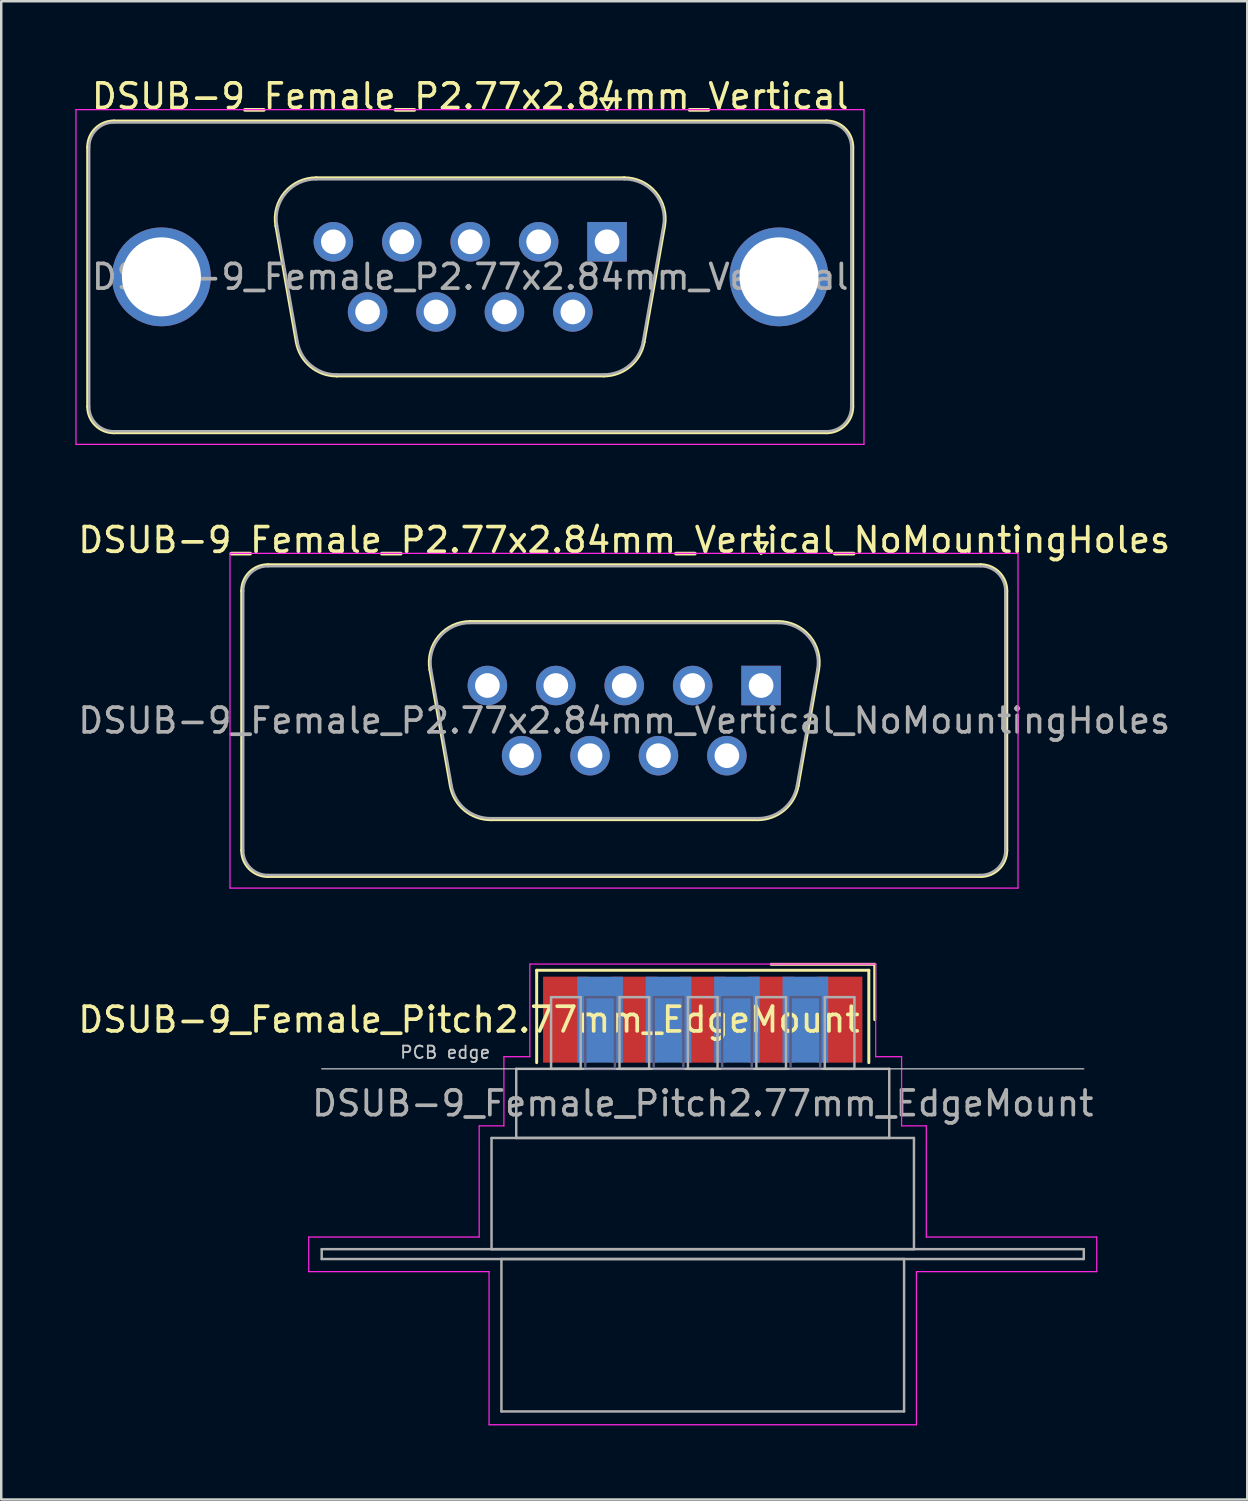
<source format=kicad_pcb>
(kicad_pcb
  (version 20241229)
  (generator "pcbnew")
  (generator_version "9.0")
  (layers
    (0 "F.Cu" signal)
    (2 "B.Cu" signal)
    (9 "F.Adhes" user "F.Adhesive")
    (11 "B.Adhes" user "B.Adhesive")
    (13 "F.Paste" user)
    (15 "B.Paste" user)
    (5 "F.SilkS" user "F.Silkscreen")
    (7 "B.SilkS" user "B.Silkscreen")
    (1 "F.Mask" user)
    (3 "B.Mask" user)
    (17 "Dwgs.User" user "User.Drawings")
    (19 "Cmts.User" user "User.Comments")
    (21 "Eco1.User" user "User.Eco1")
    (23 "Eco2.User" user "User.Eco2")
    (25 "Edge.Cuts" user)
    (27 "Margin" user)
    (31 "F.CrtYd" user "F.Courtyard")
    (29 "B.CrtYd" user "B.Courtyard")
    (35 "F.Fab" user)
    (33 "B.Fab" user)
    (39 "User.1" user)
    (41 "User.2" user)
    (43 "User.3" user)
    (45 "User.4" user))
  (footprint "DSUB-9_Female_P2.77x2.84mm_Vertical_NoMountingHoles"
    (layer "F.Cu")
    (at 27.76 24.701)
    (property "Reference" "DSUB-9_Female_P2.77x2.84mm_Vertical_NoMountingHoles" (at -5.54 -5.89 0) (layer "F.SilkS") (effects (font (size 1 1) (thickness 0.15))))
    (attr through_hole)
    (fp_line (start -21.025 6.67) (end -21.025 -3.83) (stroke (width 0.12) (type solid)) (layer "F.SilkS"))
    (fp_line (start -19.965 -4.89) (end 8.885 -4.89) (stroke (width 0.12) (type solid)) (layer "F.SilkS"))
    (fp_line (start -13.406 -0.642) (end -12.578 4.058) (stroke (width 0.12) (type solid)) (layer "F.SilkS"))
    (fp_line (start -11.772 -2.59) (end 0.692 -2.59) (stroke (width 0.12) (type solid)) (layer "F.SilkS"))
    (fp_line (start -10.943 5.43) (end -0.137 5.43) (stroke (width 0.12) (type solid)) (layer "F.SilkS"))
    (fp_line (start -0.25 -5.784) (end 0.25 -5.784) (stroke (width 0.12) (type solid)) (layer "F.SilkS"))
    (fp_line (start 0 -5.351) (end -0.25 -5.784) (stroke (width 0.12) (type solid)) (layer "F.SilkS"))
    (fp_line (start 0.25 -5.784) (end 0 -5.351) (stroke (width 0.12) (type solid)) (layer "F.SilkS"))
    (fp_line (start 2.326 -0.642) (end 1.498 4.058) (stroke (width 0.12) (type solid)) (layer "F.SilkS"))
    (fp_line (start 8.885 7.73) (end -19.965 7.73) (stroke (width 0.12) (type solid)) (layer "F.SilkS"))
    (fp_line (start 9.945 -3.83) (end 9.945 6.67) (stroke (width 0.12) (type solid)) (layer "F.SilkS"))
    (fp_arc (start -21.025 -3.83) (mid -20.714533 -4.579533) (end -19.965 -4.89) (stroke (width 0.12) (type solid)) (layer "F.SilkS"))
    (fp_arc (start -19.965 7.73) (mid -20.714533 7.419533) (end -21.025 6.67) (stroke (width 0.12) (type solid)) (layer "F.SilkS"))
    (fp_arc (start -13.40647 -0.641744) (mid -13.043323 -1.997028) (end -11.771689 -2.59) (stroke (width 0.12) (type solid)) (layer "F.SilkS"))
    (fp_arc (start -10.942952 5.43) (mid -12.009979 5.041634) (end -12.577733 4.058256) (stroke (width 0.12) (type solid)) (layer "F.SilkS"))
    (fp_arc (start 0.691689 -2.59) (mid 1.963323 -1.997027) (end 2.32647 -0.641744) (stroke (width 0.12) (type solid)) (layer "F.SilkS"))
    (fp_arc (start 1.497733 4.058256) (mid 0.92998 5.041634) (end -0.137048 5.43) (stroke (width 0.12) (type solid)) (layer "F.SilkS"))
    (fp_arc (start 8.885 -4.89) (mid 9.634533 -4.579533) (end 9.945 -3.83) (stroke (width 0.12) (type solid)) (layer "F.SilkS"))
    (fp_arc (start 9.945 6.67) (mid 9.634533 7.419533) (end 8.885 7.73) (stroke (width 0.12) (type solid)) (layer "F.SilkS"))
    (fp_line (start -21.5 -5.35) (end -21.5 8.2) (stroke (width 0.05) (type solid)) (layer "F.CrtYd"))
    (fp_line (start -21.5 8.2) (end 10.4 8.2) (stroke (width 0.05) (type solid)) (layer "F.CrtYd"))
    (fp_line (start 10.4 -5.35) (end -21.5 -5.35) (stroke (width 0.05) (type solid)) (layer "F.CrtYd"))
    (fp_line (start 10.4 8.2) (end 10.4 -5.35) (stroke (width 0.05) (type solid)) (layer "F.CrtYd"))
    (fp_line (start -20.965 6.67) (end -20.965 -3.83) (stroke (width 0.1) (type solid)) (layer "F.Fab"))
    (fp_line (start -19.965 -4.83) (end 8.885 -4.83) (stroke (width 0.1) (type solid)) (layer "F.Fab"))
    (fp_line (start -13.359 -0.652) (end -12.53 4.048) (stroke (width 0.1) (type solid)) (layer "F.Fab"))
    (fp_line (start -11.783 -2.53) (end 0.703 -2.53) (stroke (width 0.1) (type solid)) (layer "F.Fab"))
    (fp_line (start -10.954 5.37) (end -0.126 5.37) (stroke (width 0.1) (type solid)) (layer "F.Fab"))
    (fp_line (start 2.279 -0.652) (end 1.45 4.048) (stroke (width 0.1) (type solid)) (layer "F.Fab"))
    (fp_line (start 8.885 7.67) (end -19.965 7.67) (stroke (width 0.1) (type solid)) (layer "F.Fab"))
    (fp_line (start 9.885 -3.83) (end 9.885 6.67) (stroke (width 0.1) (type solid)) (layer "F.Fab"))
    (fp_arc (start -20.965 -3.83) (mid -20.672107 -4.537107) (end -19.965 -4.83) (stroke (width 0.1) (type solid)) (layer "F.Fab"))
    (fp_arc (start -19.965 7.67) (mid -20.672107 7.377107) (end -20.965 6.67) (stroke (width 0.1) (type solid)) (layer "F.Fab"))
    (fp_arc (start -13.358886 -0.652163) (mid -13.008865 -1.95846) (end -11.783194 -2.53) (stroke (width 0.1) (type solid)) (layer "F.Fab"))
    (fp_arc (start -10.954457 5.37) (mid -11.982917 4.995671) (end -12.530149 4.047837) (stroke (width 0.1) (type solid)) (layer "F.Fab"))
    (fp_arc (start 0.703194 -2.53) (mid 1.928865 -1.95846) (end 2.278886 -0.652163) (stroke (width 0.1) (type solid)) (layer "F.Fab"))
    (fp_arc (start 1.450149 4.047837) (mid 0.902917 4.995671) (end -0.125543 5.37) (stroke (width 0.1) (type solid)) (layer "F.Fab"))
    (fp_arc (start 8.885 -4.83) (mid 9.592107 -4.537107) (end 9.885 -3.83) (stroke (width 0.1) (type solid)) (layer "F.Fab"))
    (fp_arc (start 9.885 6.67) (mid 9.592107 7.377107) (end 8.885 7.67) (stroke (width 0.1) (type solid)) (layer "F.Fab"))
    (fp_text user "${REFERENCE}" (at -5.54 1.42 0) (layer "F.Fab") (effects (font (size 1 1) (thickness 0.15))))
    (pad "1" thru_hole rect (at 0 0) (size 1.6 1.6) (drill 1) (layers "*.Cu" "*.Mask"))
    (pad "2" thru_hole circle (at -2.77 0) (size 1.6 1.6) (drill 1) (layers "*.Cu" "*.Mask"))
    (pad "3" thru_hole circle (at -5.54 0) (size 1.6 1.6) (drill 1) (layers "*.Cu" "*.Mask"))
    (pad "4" thru_hole circle (at -8.31 0) (size 1.6 1.6) (drill 1) (layers "*.Cu" "*.Mask"))
    (pad "5" thru_hole circle (at -11.08 0) (size 1.6 1.6) (drill 1) (layers "*.Cu" "*.Mask"))
    (pad "6" thru_hole circle (at -1.385 2.84) (size 1.6 1.6) (drill 1) (layers "*.Cu" "*.Mask"))
    (pad "7" thru_hole circle (at -4.155 2.84) (size 1.6 1.6) (drill 1) (layers "*.Cu" "*.Mask"))
    (pad "8" thru_hole circle (at -6.925 2.84) (size 1.6 1.6) (drill 1) (layers "*.Cu" "*.Mask"))
    (pad "9" thru_hole circle (at -9.695 2.84) (size 1.6 1.6) (drill 1) (layers "*.Cu" "*.Mask")))
  (footprint "DSUB-9_Female_P2.77x2.84mm_Vertical"
    (layer "F.Cu")
    (at 21.525 6.738)
    (property "Reference" "DSUB-9_Female_P2.77x2.84mm_Vertical" (at -5.54 -5.89 0) (layer "F.SilkS") (effects (font (size 1 1) (thickness 0.15))))
    (attr through_hole)
    (fp_line (start -21.025 6.67) (end -21.025 -3.83) (stroke (width 0.12) (type solid)) (layer "F.SilkS"))
    (fp_line (start -19.965 -4.89) (end 8.885 -4.89) (stroke (width 0.12) (type solid)) (layer "F.SilkS"))
    (fp_line (start -13.406 -0.642) (end -12.578 4.058) (stroke (width 0.12) (type solid)) (layer "F.SilkS"))
    (fp_line (start -11.772 -2.59) (end 0.692 -2.59) (stroke (width 0.12) (type solid)) (layer "F.SilkS"))
    (fp_line (start -10.943 5.43) (end -0.137 5.43) (stroke (width 0.12) (type solid)) (layer "F.SilkS"))
    (fp_line (start -0.25 -5.784) (end 0.25 -5.784) (stroke (width 0.12) (type solid)) (layer "F.SilkS"))
    (fp_line (start 0 -5.351) (end -0.25 -5.784) (stroke (width 0.12) (type solid)) (layer "F.SilkS"))
    (fp_line (start 0.25 -5.784) (end 0 -5.351) (stroke (width 0.12) (type solid)) (layer "F.SilkS"))
    (fp_line (start 2.326 -0.642) (end 1.498 4.058) (stroke (width 0.12) (type solid)) (layer "F.SilkS"))
    (fp_line (start 8.885 7.73) (end -19.965 7.73) (stroke (width 0.12) (type solid)) (layer "F.SilkS"))
    (fp_line (start 9.945 -3.83) (end 9.945 6.67) (stroke (width 0.12) (type solid)) (layer "F.SilkS"))
    (fp_arc (start -21.025 -3.83) (mid -20.714533 -4.579533) (end -19.965 -4.89) (stroke (width 0.12) (type solid)) (layer "F.SilkS"))
    (fp_arc (start -19.965 7.73) (mid -20.714533 7.419533) (end -21.025 6.67) (stroke (width 0.12) (type solid)) (layer "F.SilkS"))
    (fp_arc (start -13.40647 -0.641744) (mid -13.043323 -1.997028) (end -11.771689 -2.59) (stroke (width 0.12) (type solid)) (layer "F.SilkS"))
    (fp_arc (start -10.942952 5.43) (mid -12.009979 5.041634) (end -12.577733 4.058256) (stroke (width 0.12) (type solid)) (layer "F.SilkS"))
    (fp_arc (start 0.691689 -2.59) (mid 1.963323 -1.997027) (end 2.32647 -0.641744) (stroke (width 0.12) (type solid)) (layer "F.SilkS"))
    (fp_arc (start 1.497733 4.058256) (mid 0.92998 5.041634) (end -0.137048 5.43) (stroke (width 0.12) (type solid)) (layer "F.SilkS"))
    (fp_arc (start 8.885 -4.89) (mid 9.634533 -4.579533) (end 9.945 -3.83) (stroke (width 0.12) (type solid)) (layer "F.SilkS"))
    (fp_arc (start 9.945 6.67) (mid 9.634533 7.419533) (end 8.885 7.73) (stroke (width 0.12) (type solid)) (layer "F.SilkS"))
    (fp_line (start -21.5 -5.35) (end -21.5 8.2) (stroke (width 0.05) (type solid)) (layer "F.CrtYd"))
    (fp_line (start -21.5 8.2) (end 10.4 8.2) (stroke (width 0.05) (type solid)) (layer "F.CrtYd"))
    (fp_line (start 10.4 -5.35) (end -21.5 -5.35) (stroke (width 0.05) (type solid)) (layer "F.CrtYd"))
    (fp_line (start 10.4 8.2) (end 10.4 -5.35) (stroke (width 0.05) (type solid)) (layer "F.CrtYd"))
    (fp_line (start -20.965 6.67) (end -20.965 -3.83) (stroke (width 0.1) (type solid)) (layer "F.Fab"))
    (fp_line (start -19.965 -4.83) (end 8.885 -4.83) (stroke (width 0.1) (type solid)) (layer "F.Fab"))
    (fp_line (start -13.359 -0.652) (end -12.53 4.048) (stroke (width 0.1) (type solid)) (layer "F.Fab"))
    (fp_line (start -11.783 -2.53) (end 0.703 -2.53) (stroke (width 0.1) (type solid)) (layer "F.Fab"))
    (fp_line (start -10.954 5.37) (end -0.126 5.37) (stroke (width 0.1) (type solid)) (layer "F.Fab"))
    (fp_line (start 2.279 -0.652) (end 1.45 4.048) (stroke (width 0.1) (type solid)) (layer "F.Fab"))
    (fp_line (start 8.885 7.67) (end -19.965 7.67) (stroke (width 0.1) (type solid)) (layer "F.Fab"))
    (fp_line (start 9.885 -3.83) (end 9.885 6.67) (stroke (width 0.1) (type solid)) (layer "F.Fab"))
    (fp_arc (start -20.965 -3.83) (mid -20.672107 -4.537107) (end -19.965 -4.83) (stroke (width 0.1) (type solid)) (layer "F.Fab"))
    (fp_arc (start -19.965 7.67) (mid -20.672107 7.377107) (end -20.965 6.67) (stroke (width 0.1) (type solid)) (layer "F.Fab"))
    (fp_arc (start -13.358886 -0.652163) (mid -13.008865 -1.95846) (end -11.783194 -2.53) (stroke (width 0.1) (type solid)) (layer "F.Fab"))
    (fp_arc (start -10.954457 5.37) (mid -11.982917 4.995671) (end -12.530149 4.047837) (stroke (width 0.1) (type solid)) (layer "F.Fab"))
    (fp_arc (start 0.703194 -2.53) (mid 1.928865 -1.95846) (end 2.278886 -0.652163) (stroke (width 0.1) (type solid)) (layer "F.Fab"))
    (fp_arc (start 1.450149 4.047837) (mid 0.902917 4.995671) (end -0.125543 5.37) (stroke (width 0.1) (type solid)) (layer "F.Fab"))
    (fp_arc (start 8.885 -4.83) (mid 9.592107 -4.537107) (end 9.885 -3.83) (stroke (width 0.1) (type solid)) (layer "F.Fab"))
    (fp_arc (start 9.885 6.67) (mid 9.592107 7.377107) (end 8.885 7.67) (stroke (width 0.1) (type solid)) (layer "F.Fab"))
    (fp_text user "${REFERENCE}" (at -5.54 1.42 0) (layer "F.Fab") (effects (font (size 1 1) (thickness 0.15))))
    (pad "0" thru_hole circle (at -18.04 1.42) (size 4 4) (drill 3.2) (layers "*.Cu" "*.Mask"))
    (pad "0" thru_hole circle (at 6.96 1.42) (size 4 4) (drill 3.2) (layers "*.Cu" "*.Mask"))
    (pad "1" thru_hole rect (at 0 0) (size 1.6 1.6) (drill 1) (layers "*.Cu" "*.Mask"))
    (pad "2" thru_hole circle (at -2.77 0) (size 1.6 1.6) (drill 1) (layers "*.Cu" "*.Mask"))
    (pad "3" thru_hole circle (at -5.54 0) (size 1.6 1.6) (drill 1) (layers "*.Cu" "*.Mask"))
    (pad "4" thru_hole circle (at -8.31 0) (size 1.6 1.6) (drill 1) (layers "*.Cu" "*.Mask"))
    (pad "5" thru_hole circle (at -11.08 0) (size 1.6 1.6) (drill 1) (layers "*.Cu" "*.Mask"))
    (pad "6" thru_hole circle (at -1.385 2.84) (size 1.6 1.6) (drill 1) (layers "*.Cu" "*.Mask"))
    (pad "7" thru_hole circle (at -4.155 2.84) (size 1.6 1.6) (drill 1) (layers "*.Cu" "*.Mask"))
    (pad "8" thru_hole circle (at -6.925 2.84) (size 1.6 1.6) (drill 1) (layers "*.Cu" "*.Mask"))
    (pad "9" thru_hole circle (at -9.695 2.84) (size 1.6 1.6) (drill 1) (layers "*.Cu" "*.Mask")))
  (footprint "DSUB-9_Female_Pitch2.77mm_EdgeMount"
    (layer "F.Cu")
    (at 25.398 38.227)
    (property "Reference" "DSUB-9_Female_Pitch2.77mm_EdgeMount" (at -9.463 0 0) (layer "F.SilkS") (effects (font (size 1 1) (thickness 0.15))))
    (attr smd)
    (fp_line (start -6.723 -2) (end -6.723 1.74) (stroke (width 0.12) (type solid)) (layer "F.SilkS"))
    (fp_line (start 6.723 -2) (end -6.723 -2) (stroke (width 0.12) (type solid)) (layer "F.SilkS"))
    (fp_line (start 6.723 1.74) (end 6.723 -2) (stroke (width 0.12) (type solid)) (layer "F.SilkS"))
    (fp_line (start 6.963 -2.24) (end 2.77 -2.24) (stroke (width 0.12) (type solid)) (layer "F.SilkS"))
    (fp_line (start 6.963 0) (end 6.963 -2.24) (stroke (width 0.12) (type solid)) (layer "F.SilkS"))
    (fp_line (start -15.425 1.99) (end 15.425 1.99) (stroke (width 0.05) (type solid)) (layer "Dwgs.User"))
    (fp_line (start -15.95 8.8) (end -9.05 8.8) (stroke (width 0.05) (type solid)) (layer "F.CrtYd"))
    (fp_line (start -15.95 10.2) (end -15.95 8.8) (stroke (width 0.05) (type solid)) (layer "F.CrtYd"))
    (fp_line (start -9.05 4.3) (end -8.05 4.3) (stroke (width 0.05) (type solid)) (layer "F.CrtYd"))
    (fp_line (start -9.05 8.8) (end -9.05 4.3) (stroke (width 0.05) (type solid)) (layer "F.CrtYd"))
    (fp_line (start -8.65 10.2) (end -15.95 10.2) (stroke (width 0.05) (type solid)) (layer "F.CrtYd"))
    (fp_line (start -8.65 16.4) (end -8.65 10.2) (stroke (width 0.05) (type solid)) (layer "F.CrtYd"))
    (fp_line (start -8.05 1.5) (end -7 1.5) (stroke (width 0.05) (type solid)) (layer "F.CrtYd"))
    (fp_line (start -8.05 4.3) (end -8.05 1.5) (stroke (width 0.05) (type solid)) (layer "F.CrtYd"))
    (fp_line (start -7 -2.25) (end 7 -2.25) (stroke (width 0.05) (type solid)) (layer "F.CrtYd"))
    (fp_line (start -7 1.5) (end -7 -2.25) (stroke (width 0.05) (type solid)) (layer "F.CrtYd"))
    (fp_line (start 7 -2.25) (end 7 1.5) (stroke (width 0.05) (type solid)) (layer "F.CrtYd"))
    (fp_line (start 7 1.5) (end 8.05 1.5) (stroke (width 0.05) (type solid)) (layer "F.CrtYd"))
    (fp_line (start 8.05 1.5) (end 8.05 4.3) (stroke (width 0.05) (type solid)) (layer "F.CrtYd"))
    (fp_line (start 8.05 4.3) (end 9.05 4.3) (stroke (width 0.05) (type solid)) (layer "F.CrtYd"))
    (fp_line (start 8.65 10.2) (end 8.65 16.4) (stroke (width 0.05) (type solid)) (layer "F.CrtYd"))
    (fp_line (start 8.65 16.4) (end -8.65 16.4) (stroke (width 0.05) (type solid)) (layer "F.CrtYd"))
    (fp_line (start 9.05 4.3) (end 9.05 8.8) (stroke (width 0.05) (type solid)) (layer "F.CrtYd"))
    (fp_line (start 9.05 8.8) (end 15.95 8.8) (stroke (width 0.05) (type solid)) (layer "F.CrtYd"))
    (fp_line (start 15.95 8.8) (end 15.95 10.2) (stroke (width 0.05) (type solid)) (layer "F.CrtYd"))
    (fp_line (start 15.95 10.2) (end 8.65 10.2) (stroke (width 0.05) (type solid)) (layer "F.CrtYd"))
    (fp_line (start -4.755 -0.91) (end -4.755 1.99) (stroke (width 0.1) (type solid)) (layer "B.Fab"))
    (fp_line (start -4.755 1.99) (end -3.555 1.99) (stroke (width 0.1) (type solid)) (layer "B.Fab"))
    (fp_line (start -3.555 -0.91) (end -4.755 -0.91) (stroke (width 0.1) (type solid)) (layer "B.Fab"))
    (fp_line (start -3.555 1.99) (end -3.555 -0.91) (stroke (width 0.1) (type solid)) (layer "B.Fab"))
    (fp_line (start -1.985 -0.91) (end -1.985 1.99) (stroke (width 0.1) (type solid)) (layer "B.Fab"))
    (fp_line (start -1.985 1.99) (end -0.785 1.99) (stroke (width 0.1) (type solid)) (layer "B.Fab"))
    (fp_line (start -0.785 -0.91) (end -1.985 -0.91) (stroke (width 0.1) (type solid)) (layer "B.Fab"))
    (fp_line (start -0.785 1.99) (end -0.785 -0.91) (stroke (width 0.1) (type solid)) (layer "B.Fab"))
    (fp_line (start 0.785 -0.91) (end 0.785 1.99) (stroke (width 0.1) (type solid)) (layer "B.Fab"))
    (fp_line (start 0.785 1.99) (end 1.985 1.99) (stroke (width 0.1) (type solid)) (layer "B.Fab"))
    (fp_line (start 1.985 -0.91) (end 0.785 -0.91) (stroke (width 0.1) (type solid)) (layer "B.Fab"))
    (fp_line (start 1.985 1.99) (end 1.985 -0.91) (stroke (width 0.1) (type solid)) (layer "B.Fab"))
    (fp_line (start 3.555 -0.91) (end 3.555 1.99) (stroke (width 0.1) (type solid)) (layer "B.Fab"))
    (fp_line (start 3.555 1.99) (end 4.755 1.99) (stroke (width 0.1) (type solid)) (layer "B.Fab"))
    (fp_line (start 4.755 -0.91) (end 3.555 -0.91) (stroke (width 0.1) (type solid)) (layer "B.Fab"))
    (fp_line (start 4.755 1.99) (end 4.755 -0.91) (stroke (width 0.1) (type solid)) (layer "B.Fab"))
    (fp_line (start -15.425 9.29) (end -15.425 9.69) (stroke (width 0.1) (type solid)) (layer "F.Fab"))
    (fp_line (start -15.425 9.69) (end 15.425 9.69) (stroke (width 0.1) (type solid)) (layer "F.Fab"))
    (fp_line (start -8.55 4.79) (end -8.55 9.29) (stroke (width 0.1) (type solid)) (layer "F.Fab"))
    (fp_line (start -8.55 9.29) (end 8.55 9.29) (stroke (width 0.1) (type solid)) (layer "F.Fab"))
    (fp_line (start -8.15 9.69) (end -8.15 15.86) (stroke (width 0.1) (type solid)) (layer "F.Fab"))
    (fp_line (start -8.15 15.86) (end 8.15 15.86) (stroke (width 0.1) (type solid)) (layer "F.Fab"))
    (fp_line (start -7.55 1.99) (end -7.55 4.79) (stroke (width 0.1) (type solid)) (layer "F.Fab"))
    (fp_line (start -7.55 4.79) (end 7.55 4.79) (stroke (width 0.1) (type solid)) (layer "F.Fab"))
    (fp_line (start -6.14 -0.91) (end -6.14 1.99) (stroke (width 0.1) (type solid)) (layer "F.Fab"))
    (fp_line (start -6.14 1.99) (end -4.94 1.99) (stroke (width 0.1) (type solid)) (layer "F.Fab"))
    (fp_line (start -4.94 -0.91) (end -6.14 -0.91) (stroke (width 0.1) (type solid)) (layer "F.Fab"))
    (fp_line (start -4.94 1.99) (end -4.94 -0.91) (stroke (width 0.1) (type solid)) (layer "F.Fab"))
    (fp_line (start -3.37 -0.91) (end -3.37 1.99) (stroke (width 0.1) (type solid)) (layer "F.Fab"))
    (fp_line (start -3.37 1.99) (end -2.17 1.99) (stroke (width 0.1) (type solid)) (layer "F.Fab"))
    (fp_line (start -2.17 -0.91) (end -3.37 -0.91) (stroke (width 0.1) (type solid)) (layer "F.Fab"))
    (fp_line (start -2.17 1.99) (end -2.17 -0.91) (stroke (width 0.1) (type solid)) (layer "F.Fab"))
    (fp_line (start -0.6 -0.91) (end -0.6 1.99) (stroke (width 0.1) (type solid)) (layer "F.Fab"))
    (fp_line (start -0.6 1.99) (end 0.6 1.99) (stroke (width 0.1) (type solid)) (layer "F.Fab"))
    (fp_line (start 0.6 -0.91) (end -0.6 -0.91) (stroke (width 0.1) (type solid)) (layer "F.Fab"))
    (fp_line (start 0.6 1.99) (end 0.6 -0.91) (stroke (width 0.1) (type solid)) (layer "F.Fab"))
    (fp_line (start 2.17 -0.91) (end 2.17 1.99) (stroke (width 0.1) (type solid)) (layer "F.Fab"))
    (fp_line (start 2.17 1.99) (end 3.37 1.99) (stroke (width 0.1) (type solid)) (layer "F.Fab"))
    (fp_line (start 3.37 -0.91) (end 2.17 -0.91) (stroke (width 0.1) (type solid)) (layer "F.Fab"))
    (fp_line (start 3.37 1.99) (end 3.37 -0.91) (stroke (width 0.1) (type solid)) (layer "F.Fab"))
    (fp_line (start 4.94 -0.91) (end 4.94 1.99) (stroke (width 0.1) (type solid)) (layer "F.Fab"))
    (fp_line (start 4.94 1.99) (end 6.14 1.99) (stroke (width 0.1) (type solid)) (layer "F.Fab"))
    (fp_line (start 6.14 -0.91) (end 4.94 -0.91) (stroke (width 0.1) (type solid)) (layer "F.Fab"))
    (fp_line (start 6.14 1.99) (end 6.14 -0.91) (stroke (width 0.1) (type solid)) (layer "F.Fab"))
    (fp_line (start 7.55 1.99) (end -7.55 1.99) (stroke (width 0.1) (type solid)) (layer "F.Fab"))
    (fp_line (start 7.55 4.79) (end 7.55 1.99) (stroke (width 0.1) (type solid)) (layer "F.Fab"))
    (fp_line (start 8.15 9.69) (end -8.15 9.69) (stroke (width 0.1) (type solid)) (layer "F.Fab"))
    (fp_line (start 8.15 15.86) (end 8.15 9.69) (stroke (width 0.1) (type solid)) (layer "F.Fab"))
    (fp_line (start 8.55 4.79) (end -8.55 4.79) (stroke (width 0.1) (type solid)) (layer "F.Fab"))
    (fp_line (start 8.55 9.29) (end 8.55 4.79) (stroke (width 0.1) (type solid)) (layer "F.Fab"))
    (fp_line (start 15.425 9.29) (end -15.425 9.29) (stroke (width 0.1) (type solid)) (layer "F.Fab"))
    (fp_line (start 15.425 9.69) (end 15.425 9.29) (stroke (width 0.1) (type solid)) (layer "F.Fab"))
    (fp_text user "PCB edge" (at -10.425 1.323 0) (layer "Dwgs.User") (effects (font (size 0.5 0.5) (thickness 0.075))))
    (fp_text user "${REFERENCE}" (at 0 3.39 0) (layer "F.Fab") (effects (font (size 1 1) (thickness 0.15))))
    (pad "1" smd rect (at 5.54 0) (size 1.847 3.48) (layers "F.Cu" "F.Mask" "F.Paste"))
    (pad "2" smd rect (at 2.77 0) (size 1.847 3.48) (layers "F.Cu" "F.Mask" "F.Paste"))
    (pad "3" smd rect (at 0 0) (size 1.847 3.48) (layers "F.Cu" "F.Mask" "F.Paste"))
    (pad "4" smd rect (at -2.77 0) (size 1.847 3.48) (layers "F.Cu" "F.Mask" "F.Paste"))
    (pad "5" smd rect (at -5.54 0) (size 1.847 3.48) (layers "F.Cu" "F.Mask" "F.Paste"))
    (pad "6" smd rect (at 4.155 0) (size 1.847 3.48) (layers "B.Cu" "B.Mask" "B.Paste"))
    (pad "7" smd rect (at 1.385 0) (size 1.847 3.48) (layers "B.Cu" "B.Mask" "B.Paste"))
    (pad "8" smd rect (at -1.385 0) (size 1.847 3.48) (layers "B.Cu" "B.Mask" "B.Paste"))
    (pad "9" smd rect (at -4.155 0) (size 1.847 3.48) (layers "B.Cu" "B.Mask" "B.Paste")))
  (gr_rect
    (start -3 -3)
    (end 47.44 57.651)
    (stroke (width 0.1) (type default))
    (fill no)
    (layer "Edge.Cuts")))
</source>
